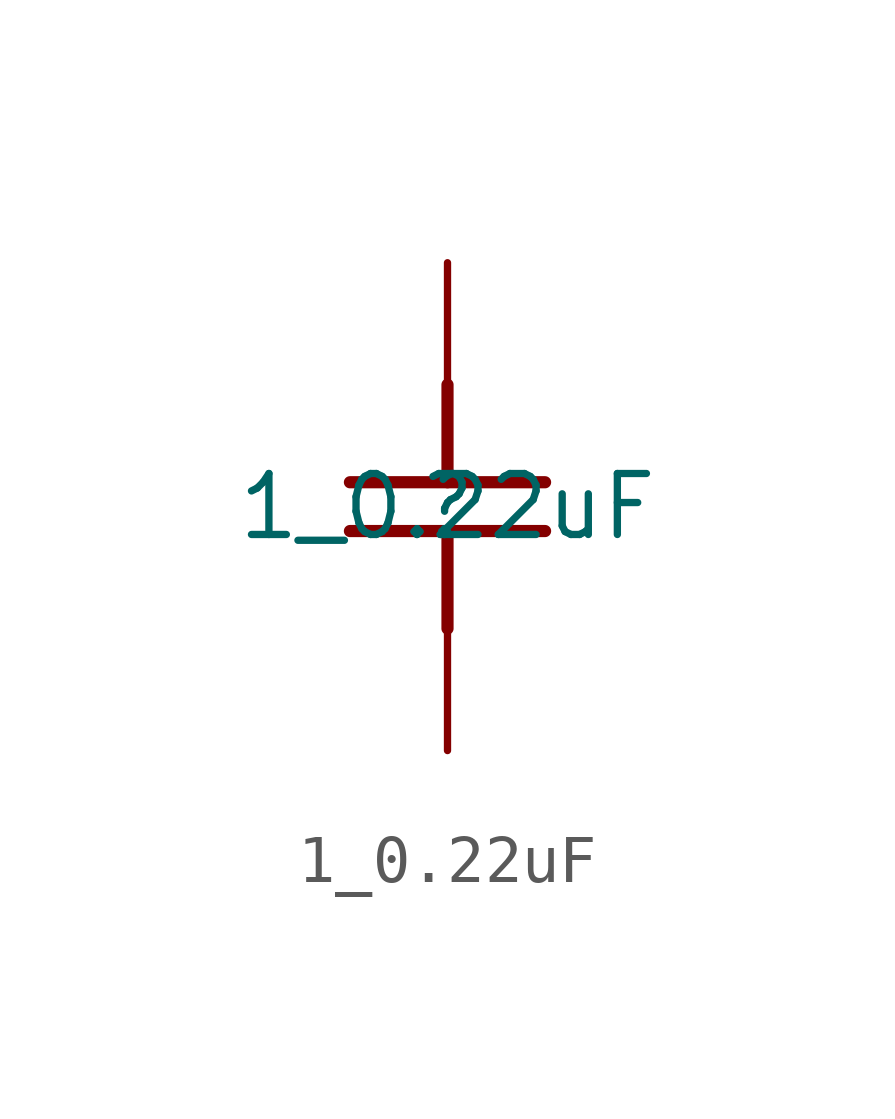
<source format=kicad_sym>
(kicad_symbol_lib
  (version 20211014)
  (generator kicad_symbol_editor)
  (symbol "1_0.22uF"
    (property "Reference" ""
      (at 0 0 0)
      (effects (font (size 1.27 1.27))))
    (property "Value" "1_0.22uF"
      (at 0 0 0)
      (effects (font (size 1.27 1.27))))
    (symbol "1_0.22uF_1_0"
      (polyline (pts (xy -2.032 0.508) (xy 2.032 0.508)) (stroke (width 0.254) (type default) (color 0 0 0 0)) (fill (type none)))
      (polyline (pts (xy 0 -0.508) (xy 0 -2.54)) (stroke (width 0.254) (type default) (color 0 0 0 0)) (fill (type none)))
      (polyline (pts (xy 0 2.54) (xy 0 0.508)) (stroke (width 0.254) (type default) (color 0 0 0 0)) (fill (type none)))
      (polyline (pts (xy 2.032 -0.508) (xy -2.032 -0.508)) (stroke (width 0.254) (type default) (color 0 0 0 0)) (fill (type none)))
      (pin passive line (at 0 -5.08 90) (length 2.54) (name "1" (effects (font (size 0 0)))) (number "1" (effects (font (size 0 0)))))
      (pin passive line (at 0 5.08 270) (length 2.54) (name "2" (effects (font (size 0 0)))) (number "2" (effects (font (size 0 0))))))))
</source>
